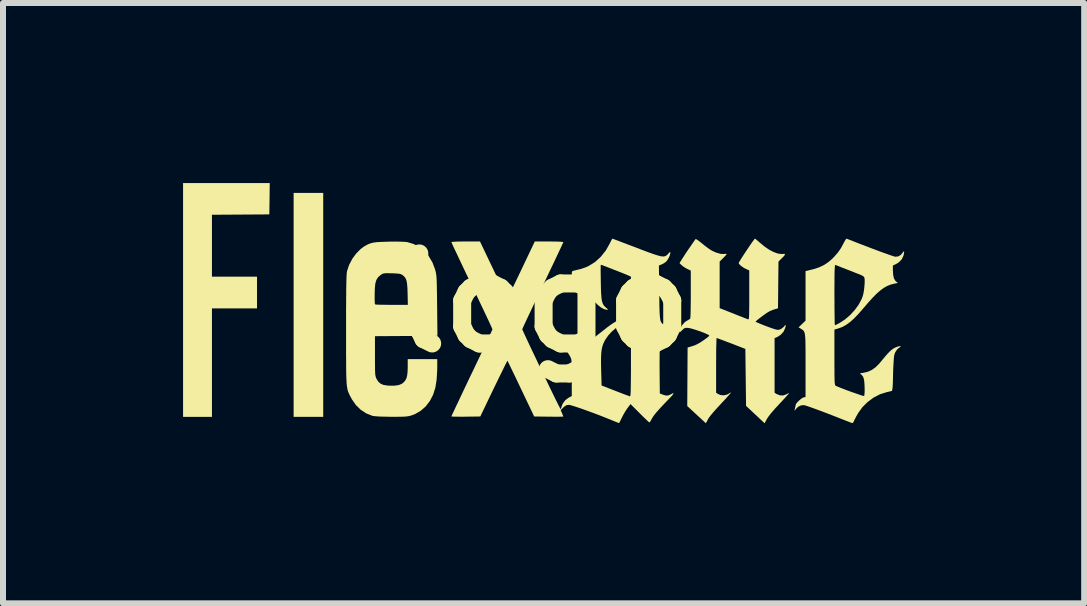
<source format=kicad_pcb>
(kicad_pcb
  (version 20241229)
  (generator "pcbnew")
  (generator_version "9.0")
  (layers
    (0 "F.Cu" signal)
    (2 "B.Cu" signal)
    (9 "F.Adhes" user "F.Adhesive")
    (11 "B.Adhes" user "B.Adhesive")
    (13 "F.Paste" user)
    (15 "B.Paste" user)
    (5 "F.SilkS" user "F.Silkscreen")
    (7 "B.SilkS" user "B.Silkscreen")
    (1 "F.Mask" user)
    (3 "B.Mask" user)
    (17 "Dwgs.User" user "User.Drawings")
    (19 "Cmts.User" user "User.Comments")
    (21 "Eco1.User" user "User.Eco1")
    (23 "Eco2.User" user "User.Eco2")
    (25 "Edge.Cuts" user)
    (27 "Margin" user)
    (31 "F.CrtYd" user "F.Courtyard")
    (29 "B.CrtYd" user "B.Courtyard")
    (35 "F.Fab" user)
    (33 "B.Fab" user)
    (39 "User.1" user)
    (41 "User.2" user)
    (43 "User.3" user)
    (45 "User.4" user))
  (footprint "logo"
    (layer "F.Cu")
    (at 6.007 1.994)
    (property "Reference" "logo" (at 0 0 0) (layer "F.SilkS") (effects (font (size 1.5 1.5) (thickness 0.3))))
    (attr board_only exclude_from_pos_files exclude_from_bom)
    (fp_poly (pts (xy -3.672 0.035) (xy -3.672 1.901) (xy -3.919 1.901) (xy -4.165 1.901) (xy -4.165 0.035) (xy -4.165 -1.83) (xy -3.919 -1.83) (xy -3.672 -1.83)) (stroke (width 0) (type solid)) (fill yes) (layer "F.SilkS"))
    (fp_poly (pts (xy -4.566 -1.733) (xy -4.57 -1.472) (xy -5.048 -1.469) (xy -5.526 -1.466) (xy -5.526 -0.95) (xy -5.526 -0.434) (xy -5.15 -0.434) (xy -4.775 -0.434) (xy -4.775 -0.17) (xy -4.775 0.094) (xy -5.15 0.094) (xy -5.526 0.094) (xy -5.526 0.997) (xy -5.526 1.901) (xy -5.766 1.901) (xy -6.007 1.901) (xy -6.007 -0.047) (xy -6.007 -1.994) (xy -5.285 -1.994) (xy -4.563 -1.994)) (stroke (width 0) (type solid)) (fill yes) (layer "F.SilkS"))
    (fp_poly (pts (xy -2.403 -1.018) (xy -2.335 -1.016) (xy -2.285 -1.012) (xy -2.27 -1.01) (xy -2.166 -0.979) (xy -2.07 -0.928) (xy -1.984 -0.858) (xy -1.911 -0.771) (xy -1.851 -0.669) (xy -1.808 -0.555) (xy -1.805 -0.543) (xy -1.799 -0.52) (xy -1.794 -0.496) (xy -1.789 -0.469) (xy -1.786 -0.437) (xy -1.783 -0.398) (xy -1.781 -0.348) (xy -1.779 -0.286) (xy -1.778 -0.209) (xy -1.776 -0.114) (xy -1.775 0.000322) (xy -1.774 0.05) (xy -1.769 0.551) (xy -2.289 0.554) (xy -2.81 0.557) (xy -2.81 0.886) (xy -2.81 0.982) (xy -2.809 1.058) (xy -2.809 1.117) (xy -2.807 1.161) (xy -2.805 1.194) (xy -2.801 1.219) (xy -2.796 1.238) (xy -2.79 1.254) (xy -2.783 1.27) (xy -2.754 1.315) (xy -2.718 1.347) (xy -2.671 1.368) (xy -2.607 1.379) (xy -2.576 1.381) (xy -2.487 1.382) (xy -2.417 1.372) (xy -2.362 1.351) (xy -2.324 1.319) (xy -2.299 1.286) (xy -2.282 1.249) (xy -2.272 1.202) (xy -2.266 1.142) (xy -2.264 1.065) (xy -2.264 0.939) (xy -2.018 0.939) (xy -1.772 0.939) (xy -1.772 1.053) (xy -1.773 1.12) (xy -1.777 1.196) (xy -1.782 1.268) (xy -1.783 1.285) (xy -1.804 1.416) (xy -1.842 1.535) (xy -1.897 1.639) (xy -1.966 1.729) (xy -2.049 1.801) (xy -2.144 1.856) (xy -2.202 1.877) (xy -2.23 1.885) (xy -2.259 1.891) (xy -2.291 1.895) (xy -2.332 1.898) (xy -2.385 1.899) (xy -2.454 1.9) (xy -2.538 1.9) (xy -2.646 1.898) (xy -2.734 1.896) (xy -2.8 1.891) (xy -2.843 1.886) (xy -2.852 1.884) (xy -2.955 1.843) (xy -3.048 1.782) (xy -3.129 1.703) (xy -3.196 1.606) (xy -3.205 1.588) (xy -3.221 1.56) (xy -3.234 1.534) (xy -3.245 1.51) (xy -3.255 1.486) (xy -3.264 1.46) (xy -3.27 1.431) (xy -3.276 1.396) (xy -3.281 1.354) (xy -3.284 1.304) (xy -3.287 1.243) (xy -3.289 1.17) (xy -3.29 1.083) (xy -3.29 0.981) (xy -3.291 0.861) (xy -3.291 0.723) (xy -3.291 0.563) (xy -3.291 0.452) (xy -3.291 0.276) (xy -3.291 0.121) (xy -3.29 -0.012) (xy -3.29 -0.069) (xy -2.815 -0.069) (xy -2.814 -0.022) (xy -2.812 0.012) (xy -2.808 0.027) (xy -2.808 0.027) (xy -2.794 0.03) (xy -2.761 0.032) (xy -2.711 0.033) (xy -2.647 0.034) (xy -2.574 0.035) (xy -2.531 0.035) (xy -2.262 0.035) (xy -2.266 -0.155) (xy -2.269 -0.241) (xy -2.274 -0.308) (xy -2.282 -0.358) (xy -2.294 -0.396) (xy -2.311 -0.424) (xy -2.334 -0.448) (xy -2.351 -0.461) (xy -2.369 -0.472) (xy -2.391 -0.48) (xy -2.42 -0.485) (xy -2.462 -0.488) (xy -2.522 -0.491) (xy -2.528 -0.491) (xy -2.589 -0.492) (xy -2.631 -0.492) (xy -2.66 -0.489) (xy -2.681 -0.483) (xy -2.699 -0.474) (xy -2.709 -0.467) (xy -2.756 -0.428) (xy -2.786 -0.381) (xy -2.804 -0.32) (xy -2.804 -0.318) (xy -2.808 -0.284) (xy -2.812 -0.236) (xy -2.814 -0.181) (xy -2.815 -0.124) (xy -2.815 -0.069) (xy -3.29 -0.069) (xy -3.289 -0.127) (xy -3.289 -0.223) (xy -3.287 -0.304) (xy -3.286 -0.37) (xy -3.284 -0.423) (xy -3.282 -0.464) (xy -3.28 -0.495) (xy -3.277 -0.517) (xy -3.275 -0.528) (xy -3.24 -0.632) (xy -3.188 -0.731) (xy -3.123 -0.82) (xy -3.049 -0.895) (xy -2.998 -0.933) (xy -2.956 -0.958) (xy -2.918 -0.977) (xy -2.88 -0.991) (xy -2.836 -1.002) (xy -2.784 -1.009) (xy -2.718 -1.013) (xy -2.636 -1.016) (xy -2.581 -1.018) (xy -2.486 -1.019)) (stroke (width 0) (type solid)) (fill yes) (layer "F.SilkS"))
    (fp_poly (pts (xy 3.533 -1.06) (xy 3.558 -1.04) (xy 3.59 -1.012) (xy 3.598 -1.005) (xy 3.676 -0.94) (xy 3.754 -0.886) (xy 3.83 -0.846) (xy 3.901 -0.82) (xy 3.962 -0.812) (xy 3.985 -0.813) (xy 4.012 -0.815) (xy 4.022 -0.808) (xy 4.014 -0.79) (xy 3.988 -0.76) (xy 3.968 -0.741) (xy 3.913 -0.686) (xy 3.909 -0.296) (xy 3.905 0.093) (xy 3.856 0.107) (xy 3.813 0.121) (xy 3.77 0.139) (xy 3.764 0.142) (xy 3.738 0.157) (xy 3.701 0.181) (xy 3.66 0.211) (xy 3.618 0.242) (xy 3.58 0.271) (xy 3.551 0.295) (xy 3.534 0.311) (xy 3.531 0.315) (xy 3.542 0.322) (xy 3.571 0.335) (xy 3.614 0.353) (xy 3.669 0.375) (xy 3.713 0.392) (xy 3.781 0.417) (xy 3.831 0.434) (xy 3.867 0.445) (xy 3.893 0.451) (xy 3.912 0.451) (xy 3.929 0.448) (xy 3.936 0.446) (xy 3.971 0.427) (xy 4.003 0.399) (xy 4.006 0.395) (xy 4.025 0.373) (xy 4.034 0.37) (xy 4.033 0.386) (xy 4.024 0.423) (xy 4.023 0.426) (xy 3.997 0.482) (xy 3.953 0.531) (xy 3.898 0.568) (xy 3.896 0.569) (xy 3.848 0.59) (xy 3.848 1.045) (xy 3.848 1.499) (xy 3.879 1.519) (xy 3.934 1.542) (xy 3.99 1.545) (xy 4.043 1.526) (xy 4.07 1.512) (xy 4.087 1.505) (xy 4.09 1.505) (xy 4.084 1.515) (xy 4.063 1.538) (xy 4.032 1.574) (xy 3.99 1.619) (xy 3.942 1.671) (xy 3.926 1.688) (xy 3.852 1.768) (xy 3.792 1.837) (xy 3.748 1.894) (xy 3.72 1.936) (xy 3.719 1.937) (xy 3.682 2.008) (xy 3.606 1.937) (xy 3.56 1.893) (xy 3.506 1.843) (xy 3.457 1.797) (xy 3.452 1.792) (xy 3.373 1.719) (xy 3.367 1.244) (xy 3.361 0.769) (xy 3.127 0.678) (xy 3.057 0.652) (xy 2.995 0.628) (xy 2.943 0.609) (xy 2.906 0.595) (xy 2.886 0.588) (xy 2.883 0.587) (xy 2.881 0.598) (xy 2.879 0.631) (xy 2.878 0.681) (xy 2.876 0.748) (xy 2.875 0.827) (xy 2.875 0.918) (xy 2.874 1.017) (xy 2.874 1.043) (xy 2.874 1.499) (xy 2.907 1.521) (xy 2.953 1.539) (xy 3.007 1.542) (xy 3.059 1.529) (xy 3.083 1.516) (xy 3.106 1.501) (xy 3.12 1.496) (xy 3.121 1.498) (xy 3.113 1.509) (xy 3.091 1.534) (xy 3.058 1.571) (xy 3.016 1.618) (xy 2.967 1.67) (xy 2.947 1.692) (xy 2.883 1.761) (xy 2.828 1.823) (xy 2.783 1.877) (xy 2.751 1.92) (xy 2.738 1.942) (xy 2.703 2.007) (xy 2.548 1.864) (xy 2.393 1.721) (xy 2.396 1.234) (xy 2.399 0.746) (xy 2.464 0.727) (xy 2.516 0.71) (xy 2.562 0.689) (xy 2.61 0.662) (xy 2.666 0.624) (xy 2.69 0.607) (xy 2.729 0.578) (xy 2.751 0.56) (xy 2.76 0.548) (xy 2.756 0.541) (xy 2.743 0.533) (xy 2.743 0.533) (xy 2.698 0.512) (xy 2.642 0.489) (xy 2.58 0.467) (xy 2.519 0.447) (xy 2.463 0.43) (xy 2.42 0.421) (xy 2.401 0.418) (xy 2.364 0.419) (xy 2.339 0.428) (xy 2.316 0.449) (xy 2.309 0.456) (xy 2.284 0.481) (xy 2.27 0.487) (xy 2.267 0.472) (xy 2.276 0.438) (xy 2.309 0.371) (xy 2.356 0.32) (xy 2.389 0.299) (xy 2.419 0.282) (xy 2.44 0.267) (xy 2.443 0.264) (xy 2.445 0.25) (xy 2.447 0.215) (xy 2.449 0.162) (xy 2.45 0.095) (xy 2.451 0.015) (xy 2.452 -0.074) (xy 2.452 -0.142) (xy 2.452 -0.536) (xy 2.394 -0.563) (xy 2.352 -0.586) (xy 2.314 -0.613) (xy 2.3 -0.625) (xy 2.264 -0.66) (xy 2.29 -0.702) (xy 2.31 -0.734) (xy 2.338 -0.777) (xy 2.37 -0.827) (xy 2.406 -0.88) (xy 2.442 -0.932) (xy 2.475 -0.98) (xy 2.503 -1.02) (xy 2.523 -1.049) (xy 2.533 -1.061) (xy 2.534 -1.062) (xy 2.546 -1.057) (xy 2.572 -1.04) (xy 2.607 -1.014) (xy 2.629 -0.996) (xy 2.693 -0.944) (xy 2.746 -0.905) (xy 2.791 -0.875) (xy 2.834 -0.853) (xy 2.881 -0.834) (xy 2.883 -0.833) (xy 2.946 -0.815) (xy 2.996 -0.812) (xy 3.003 -0.813) (xy 3.033 -0.815) (xy 3.049 -0.813) (xy 3.05 -0.811) (xy 3.043 -0.799) (xy 3.022 -0.776) (xy 2.993 -0.747) (xy 2.992 -0.745) (xy 2.933 -0.687) (xy 2.933 -0.299) (xy 2.933 0.09) (xy 3.159 0.179) (xy 3.228 0.207) (xy 3.291 0.231) (xy 3.343 0.252) (xy 3.382 0.267) (xy 3.403 0.275) (xy 3.405 0.276) (xy 3.411 0.277) (xy 3.415 0.274) (xy 3.419 0.264) (xy 3.421 0.245) (xy 3.423 0.216) (xy 3.424 0.173) (xy 3.425 0.115) (xy 3.426 0.04) (xy 3.426 -0.056) (xy 3.426 -0.127) (xy 3.426 -0.539) (xy 3.376 -0.561) (xy 3.337 -0.581) (xy 3.299 -0.607) (xy 3.269 -0.632) (xy 3.252 -0.654) (xy 3.25 -0.661) (xy 3.256 -0.674) (xy 3.273 -0.704) (xy 3.298 -0.744) (xy 3.33 -0.794) (xy 3.365 -0.847) (xy 3.402 -0.902) (xy 3.437 -0.954) (xy 3.469 -1.001) (xy 3.495 -1.037) (xy 3.513 -1.061) (xy 3.521 -1.068)) (stroke (width 0) (type solid)) (fill yes) (layer "F.SilkS"))
    (fp_poly (pts (xy 5.057 -1.064) (xy 5.088 -1.052) (xy 5.131 -1.036) (xy 5.18 -1.016) (xy 5.27 -0.981) (xy 5.363 -0.945) (xy 5.455 -0.91) (xy 5.545 -0.876) (xy 5.629 -0.845) (xy 5.704 -0.818) (xy 5.768 -0.795) (xy 5.817 -0.779) (xy 5.848 -0.769) (xy 5.856 -0.767) (xy 5.906 -0.771) (xy 5.95 -0.796) (xy 5.98 -0.832) (xy 5.998 -0.854) (xy 6.006 -0.854) (xy 6.006 -0.833) (xy 5.997 -0.791) (xy 5.995 -0.783) (xy 5.966 -0.723) (xy 5.917 -0.673) (xy 5.872 -0.645) (xy 5.819 -0.62) (xy 5.819 -0.542) (xy 5.824 -0.463) (xy 5.837 -0.405) (xy 5.861 -0.365) (xy 5.873 -0.353) (xy 5.902 -0.33) (xy 5.839 -0.317) (xy 5.78 -0.302) (xy 5.724 -0.279) (xy 5.668 -0.248) (xy 5.611 -0.206) (xy 5.549 -0.152) (xy 5.481 -0.083) (xy 5.405 0.001) (xy 5.329 0.09) (xy 5.245 0.186) (xy 5.17 0.264) (xy 5.101 0.325) (xy 5.036 0.371) (xy 4.971 0.406) (xy 4.907 0.429) (xy 4.845 0.447) (xy 4.845 0.91) (xy 4.845 1.026) (xy 4.846 1.121) (xy 4.846 1.197) (xy 4.847 1.257) (xy 4.848 1.301) (xy 4.85 1.333) (xy 4.853 1.356) (xy 4.856 1.37) (xy 4.86 1.378) (xy 4.865 1.382) (xy 4.868 1.384) (xy 4.893 1.395) (xy 4.933 1.412) (xy 4.985 1.432) (xy 5.044 1.455) (xy 5.107 1.478) (xy 5.17 1.5) (xy 5.228 1.52) (xy 5.277 1.537) (xy 5.315 1.549) (xy 5.336 1.554) (xy 5.339 1.554) (xy 5.344 1.54) (xy 5.347 1.507) (xy 5.349 1.463) (xy 5.348 1.411) (xy 5.346 1.359) (xy 5.342 1.311) (xy 5.339 1.285) (xy 5.324 1.234) (xy 5.299 1.202) (xy 5.269 1.176) (xy 5.324 1.168) (xy 5.398 1.151) (xy 5.464 1.122) (xy 5.527 1.078) (xy 5.59 1.016) (xy 5.633 0.965) (xy 5.691 0.894) (xy 5.74 0.839) (xy 5.781 0.798) (xy 5.818 0.769) (xy 5.853 0.749) (xy 5.876 0.739) (xy 5.912 0.727) (xy 5.938 0.722) (xy 5.95 0.724) (xy 5.946 0.732) (xy 5.933 0.741) (xy 5.89 0.777) (xy 5.857 0.828) (xy 5.843 0.867) (xy 5.838 0.894) (xy 5.834 0.941) (xy 5.83 1.003) (xy 5.826 1.075) (xy 5.823 1.155) (xy 5.822 1.194) (xy 5.82 1.282) (xy 5.818 1.349) (xy 5.815 1.398) (xy 5.812 1.432) (xy 5.808 1.454) (xy 5.804 1.466) (xy 5.798 1.471) (xy 5.797 1.471) (xy 5.775 1.476) (xy 5.74 1.484) (xy 5.714 1.49) (xy 5.604 1.525) (xy 5.498 1.58) (xy 5.399 1.653) (xy 5.312 1.739) (xy 5.242 1.836) (xy 5.239 1.842) (xy 5.212 1.888) (xy 5.19 1.93) (xy 5.174 1.962) (xy 5.17 1.971) (xy 5.158 1.995) (xy 5.146 2.005) (xy 5.145 2.005) (xy 5.13 2.001) (xy 5.098 1.989) (xy 5.052 1.971) (xy 4.998 1.95) (xy 4.974 1.941) (xy 4.894 1.909) (xy 4.809 1.876) (xy 4.722 1.842) (xy 4.637 1.81) (xy 4.557 1.78) (xy 4.485 1.754) (xy 4.424 1.732) (xy 4.378 1.717) (xy 4.35 1.708) (xy 4.346 1.707) (xy 4.293 1.708) (xy 4.244 1.731) (xy 4.21 1.763) (xy 4.178 1.801) (xy 4.189 1.754) (xy 4.196 1.722) (xy 4.2 1.701) (xy 4.2 1.698) (xy 4.209 1.68) (xy 4.231 1.654) (xy 4.261 1.625) (xy 4.292 1.599) (xy 4.319 1.582) (xy 4.33 1.578) (xy 4.364 1.57) (xy 4.364 1.048) (xy 4.364 0.918) (xy 4.364 0.81) (xy 4.363 0.721) (xy 4.362 0.649) (xy 4.36 0.592) (xy 4.356 0.548) (xy 4.351 0.514) (xy 4.344 0.49) (xy 4.335 0.472) (xy 4.323 0.458) (xy 4.309 0.447) (xy 4.292 0.437) (xy 4.286 0.433) (xy 4.248 0.409) (xy 4.306 0.354) (xy 4.364 0.298) (xy 4.364 -0.115) (xy 4.364 -0.13) (xy 4.845 -0.13) (xy 4.846 -0.024) (xy 4.846 0.075) (xy 4.847 0.164) (xy 4.848 0.24) (xy 4.849 0.302) (xy 4.85 0.346) (xy 4.852 0.371) (xy 4.853 0.375) (xy 4.866 0.37) (xy 4.893 0.357) (xy 4.926 0.34) (xy 5.018 0.281) (xy 5.105 0.207) (xy 5.184 0.121) (xy 5.25 0.03) (xy 5.3 -0.064) (xy 5.32 -0.12) (xy 5.33 -0.164) (xy 5.339 -0.219) (xy 5.345 -0.278) (xy 5.349 -0.335) (xy 5.349 -0.383) (xy 5.346 -0.413) (xy 5.334 -0.435) (xy 5.307 -0.453) (xy 5.277 -0.467) (xy 5.244 -0.48) (xy 5.194 -0.499) (xy 5.135 -0.523) (xy 5.07 -0.548) (xy 5.045 -0.558) (xy 4.985 -0.581) (xy 4.933 -0.602) (xy 4.892 -0.618) (xy 4.866 -0.628) (xy 4.86 -0.63) (xy 4.856 -0.627) (xy 4.853 -0.614) (xy 4.851 -0.588) (xy 4.849 -0.549) (xy 4.847 -0.494) (xy 4.846 -0.422) (xy 4.846 -0.332) (xy 4.845 -0.22) (xy 4.845 -0.13) (xy 4.364 -0.13) (xy 4.364 -0.527) (xy 4.397 -0.535) (xy 4.505 -0.562) (xy 4.595 -0.592) (xy 4.672 -0.629) (xy 4.74 -0.674) (xy 4.806 -0.73) (xy 4.842 -0.767) (xy 4.904 -0.838) (xy 4.952 -0.907) (xy 4.984 -0.966) (xy 5.007 -1.009) (xy 5.026 -1.043) (xy 5.04 -1.064) (xy 5.044 -1.068)) (stroke (width 0) (type solid)) (fill yes) (layer "F.SilkS"))
    (fp_poly (pts (xy 1.158 -1.064) (xy 1.189 -1.052) (xy 1.238 -1.034) (xy 1.3 -1.01) (xy 1.375 -0.982) (xy 1.458 -0.95) (xy 1.541 -0.919) (xy 1.654 -0.875) (xy 1.748 -0.84) (xy 1.824 -0.813) (xy 1.885 -0.793) (xy 1.934 -0.779) (xy 1.971 -0.772) (xy 2 -0.771) (xy 2.022 -0.775) (xy 2.041 -0.784) (xy 2.057 -0.797) (xy 2.072 -0.812) (xy 2.095 -0.837) (xy 2.107 -0.845) (xy 2.111 -0.839) (xy 2.112 -0.83) (xy 2.104 -0.793) (xy 2.085 -0.749) (xy 2.06 -0.708) (xy 2.04 -0.684) (xy 2.01 -0.662) (xy 1.973 -0.642) (xy 1.966 -0.639) (xy 1.921 -0.62) (xy 1.926 -0.171) (xy 1.928 -0.052) (xy 1.929 0.047) (xy 1.931 0.127) (xy 1.934 0.191) (xy 1.938 0.24) (xy 1.943 0.278) (xy 1.95 0.306) (xy 1.96 0.327) (xy 1.972 0.343) (xy 1.987 0.356) (xy 2.005 0.369) (xy 2.014 0.375) (xy 2.054 0.403) (xy 2.018 0.42) (xy 1.992 0.435) (xy 1.972 0.453) (xy 1.958 0.478) (xy 1.948 0.513) (xy 1.941 0.562) (xy 1.937 0.627) (xy 1.935 0.712) (xy 1.935 0.716) (xy 1.933 0.789) (xy 1.933 0.88) (xy 1.932 0.98) (xy 1.932 1.083) (xy 1.933 1.183) (xy 1.933 1.216) (xy 1.936 1.511) (xy 1.983 1.53) (xy 2.032 1.545) (xy 2.072 1.546) (xy 2.11 1.531) (xy 2.122 1.524) (xy 2.152 1.508) (xy 2.165 1.507) (xy 2.16 1.52) (xy 2.138 1.549) (xy 2.098 1.592) (xy 2.063 1.628) (xy 1.988 1.706) (xy 1.928 1.771) (xy 1.881 1.824) (xy 1.845 1.868) (xy 1.819 1.905) (xy 1.8 1.937) (xy 1.783 1.969) (xy 1.768 1.99) (xy 1.763 1.994) (xy 1.752 1.987) (xy 1.728 1.965) (xy 1.692 1.931) (xy 1.649 1.889) (xy 1.601 1.841) (xy 1.448 1.688) (xy 1.393 1.762) (xy 1.359 1.813) (xy 1.325 1.872) (xy 1.3 1.921) (xy 1.281 1.961) (xy 1.266 1.99) (xy 1.256 2.004) (xy 1.255 2.005) (xy 1.243 2) (xy 1.213 1.989) (xy 1.173 1.972) (xy 1.15 1.963) (xy 1.064 1.928) (xy 0.974 1.892) (xy 0.881 1.856) (xy 0.789 1.822) (xy 0.701 1.79) (xy 0.62 1.761) (xy 0.548 1.737) (xy 0.489 1.718) (xy 0.446 1.706) (xy 0.422 1.701) (xy 0.421 1.701) (xy 0.387 1.705) (xy 0.359 1.719) (xy 0.329 1.744) (xy 0.284 1.788) (xy 0.306 1.839) (xy 0.319 1.87) (xy 0.327 1.892) (xy 0.328 1.896) (xy 0.317 1.897) (xy 0.286 1.898) (xy 0.238 1.899) (xy 0.178 1.899) (xy 0.107 1.898) (xy 0.086 1.898) (xy -0.157 1.895) (xy -0.378 1.432) (xy -0.424 1.335) (xy -0.467 1.245) (xy -0.506 1.164) (xy -0.54 1.094) (xy -0.567 1.037) (xy -0.588 0.995) (xy -0.599 0.971) (xy -0.602 0.966) (xy -0.608 0.975) (xy -0.623 1.004) (xy -0.646 1.049) (xy -0.675 1.109) (xy -0.711 1.182) (xy -0.752 1.266) (xy -0.797 1.358) (xy -0.831 1.428) (xy -1.055 1.895) (xy -1.296 1.898) (xy -1.368 1.899) (xy -1.432 1.898) (xy -1.483 1.898) (xy -1.519 1.896) (xy -1.536 1.894) (xy -1.537 1.894) (xy -1.532 1.882) (xy -1.518 1.851) (xy -1.495 1.803) (xy -1.465 1.738) (xy -1.427 1.659) (xy -1.384 1.568) (xy -1.336 1.466) (xy -1.283 1.355) (xy -1.227 1.237) (xy -1.195 1.171) (xy -1.137 1.049) (xy -1.082 0.934) (xy -1.031 0.827) (xy -0.985 0.729) (xy -0.944 0.642) (xy -0.91 0.569) (xy -0.883 0.511) (xy -0.864 0.469) (xy -0.854 0.446) (xy -0.853 0.442) (xy -0.858 0.429) (xy -0.872 0.397) (xy -0.895 0.347) (xy -0.925 0.282) (xy -0.963 0.202) (xy -1.006 0.111) (xy -1.055 0.008) (xy -1.107 -0.103) (xy -1.164 -0.221) (xy -1.195 -0.286) (xy -1.253 -0.408) (xy -1.308 -0.522) (xy -1.359 -0.63) (xy -1.405 -0.727) (xy -1.445 -0.813) (xy -1.48 -0.885) (xy -1.507 -0.943) (xy -1.525 -0.984) (xy -1.535 -1.007) (xy -1.537 -1.011) (xy -1.526 -1.014) (xy -1.495 -1.016) (xy -1.447 -1.019) (xy -1.386 -1.02) (xy -1.316 -1.021) (xy -1.299 -1.021) (xy -1.06 -1.021) (xy -0.833 -0.545) (xy -0.786 -0.447) (xy -0.742 -0.357) (xy -0.702 -0.275) (xy -0.667 -0.205) (xy -0.638 -0.149) (xy -0.617 -0.107) (xy -0.603 -0.084) (xy -0.599 -0.079) (xy -0.592 -0.091) (xy -0.577 -0.122) (xy -0.553 -0.17) (xy -0.523 -0.233) (xy -0.487 -0.308) (xy -0.446 -0.393) (xy -0.401 -0.487) (xy -0.369 -0.554) (xy -0.147 -1.021) (xy 0.091 -1.021) (xy 0.162 -1.02) (xy 0.226 -1.019) (xy 0.276 -1.017) (xy 0.312 -1.014) (xy 0.328 -1.011) (xy 0.328 -1.01) (xy 0.324 -0.998) (xy 0.309 -0.967) (xy 0.287 -0.918) (xy 0.256 -0.853) (xy 0.219 -0.774) (xy 0.176 -0.682) (xy 0.127 -0.58) (xy 0.074 -0.469) (xy 0.018 -0.351) (xy -0.013 -0.286) (xy -0.071 -0.165) (xy -0.126 -0.05) (xy -0.177 0.057) (xy -0.223 0.155) (xy -0.264 0.241) (xy -0.298 0.314) (xy -0.325 0.372) (xy -0.344 0.414) (xy -0.354 0.437) (xy -0.356 0.441) (xy -0.351 0.454) (xy -0.337 0.485) (xy -0.315 0.534) (xy -0.286 0.596) (xy -0.251 0.671) (xy -0.211 0.756) (xy -0.167 0.848) (xy -0.12 0.947) (xy -0.072 1.048) (xy -0.022 1.151) (xy 0.027 1.253) (xy 0.074 1.352) (xy 0.119 1.445) (xy 0.161 1.531) (xy 0.198 1.607) (xy 0.23 1.671) (xy 0.255 1.721) (xy 0.273 1.755) (xy 0.281 1.771) (xy 0.282 1.772) (xy 0.29 1.761) (xy 0.297 1.737) (xy 0.298 1.734) (xy 0.32 1.678) (xy 0.358 1.627) (xy 0.409 1.587) (xy 0.417 1.582) (xy 0.469 1.555) (xy 0.469 1.252) (xy 0.469 1.159) (xy 0.469 1.087) (xy 0.468 1.032) (xy 0.466 0.996) (xy 0.956 0.996) (xy 0.958 1.101) (xy 0.959 1.144) (xy 0.966 1.379) (xy 1.196 1.468) (xy 1.265 1.495) (xy 1.327 1.519) (xy 1.379 1.538) (xy 1.417 1.552) (xy 1.438 1.559) (xy 1.44 1.559) (xy 1.443 1.555) (xy 1.446 1.54) (xy 1.449 1.514) (xy 1.451 1.474) (xy 1.452 1.42) (xy 1.453 1.349) (xy 1.454 1.26) (xy 1.455 1.151) (xy 1.455 1.022) (xy 1.455 0.95) (xy 1.455 0.34) (xy 1.404 0.34) (xy 1.34 0.351) (xy 1.272 0.379) (xy 1.202 0.424) (xy 1.135 0.481) (xy 1.075 0.547) (xy 1.025 0.62) (xy 1.009 0.65) (xy 0.991 0.691) (xy 0.977 0.734) (xy 0.967 0.783) (xy 0.96 0.841) (xy 0.957 0.911) (xy 0.956 0.996) (xy 0.466 0.996) (xy 0.466 0.991) (xy 0.463 0.96) (xy 0.459 0.938) (xy 0.454 0.92) (xy 0.446 0.904) (xy 0.444 0.9) (xy 0.422 0.861) (xy 0.397 0.824) (xy 0.39 0.816) (xy 0.361 0.781) (xy 0.469 0.761) (xy 0.57 0.735) (xy 0.667 0.694) (xy 0.763 0.638) (xy 0.846 0.578) (xy 0.901 0.535) (xy 0.964 0.485) (xy 1.026 0.437) (xy 1.054 0.414) (xy 1.135 0.355) (xy 1.206 0.311) (xy 1.271 0.282) (xy 1.334 0.265) (xy 1.371 0.26) (xy 1.449 0.252) (xy 1.452 -0.092) (xy 1.455 -0.435) (xy 1.401 -0.459) (xy 1.374 -0.471) (xy 1.333 -0.487) (xy 1.281 -0.508) (xy 1.222 -0.531) (xy 1.16 -0.555) (xy 1.1 -0.579) (xy 1.045 -0.6) (xy 1 -0.617) (xy 0.968 -0.629) (xy 0.953 -0.633) (xy 0.953 -0.634) (xy 0.951 -0.622) (xy 0.951 -0.591) (xy 0.95 -0.542) (xy 0.951 -0.48) (xy 0.952 -0.406) (xy 0.953 -0.343) (xy 0.955 -0.24) (xy 0.958 -0.158) (xy 0.963 -0.093) (xy 0.969 -0.042) (xy 0.979 -0.003) (xy 0.992 0.027) (xy 1.009 0.052) (xy 1.03 0.074) (xy 1.043 0.085) (xy 1.066 0.105) (xy 1.072 0.115) (xy 1.062 0.117) (xy 1.055 0.117) (xy 1.008 0.107) (xy 0.956 0.079) (xy 0.9 0.034) (xy 0.859 -0.009) (xy 0.788 -0.09) (xy 0.728 -0.155) (xy 0.677 -0.206) (xy 0.633 -0.244) (xy 0.592 -0.272) (xy 0.552 -0.293) (xy 0.511 -0.307) (xy 0.465 -0.319) (xy 0.464 -0.319) (xy 0.427 -0.327) (xy 0.409 -0.333) (xy 0.408 -0.34) (xy 0.419 -0.35) (xy 0.42 -0.351) (xy 0.451 -0.387) (xy 0.467 -0.435) (xy 0.469 -0.474) (xy 0.471 -0.507) (xy 0.477 -0.524) (xy 0.493 -0.532) (xy 0.502 -0.534) (xy 0.61 -0.56) (xy 0.7 -0.59) (xy 0.75 -0.612) (xy 0.856 -0.678) (xy 0.952 -0.765) (xy 1.035 -0.869) (xy 1.1 -0.983) (xy 1.119 -1.022) (xy 1.135 -1.052) (xy 1.145 -1.067) (xy 1.146 -1.068)) (stroke (width 0) (type solid)) (fill yes) (layer "F.SilkS")))
  (gr_rect
    (start -3 -3)
    (end 15.013 7.002)
    (stroke (width 0.1) (type default))
    (fill no)
    (layer "Edge.Cuts")))
</source>
